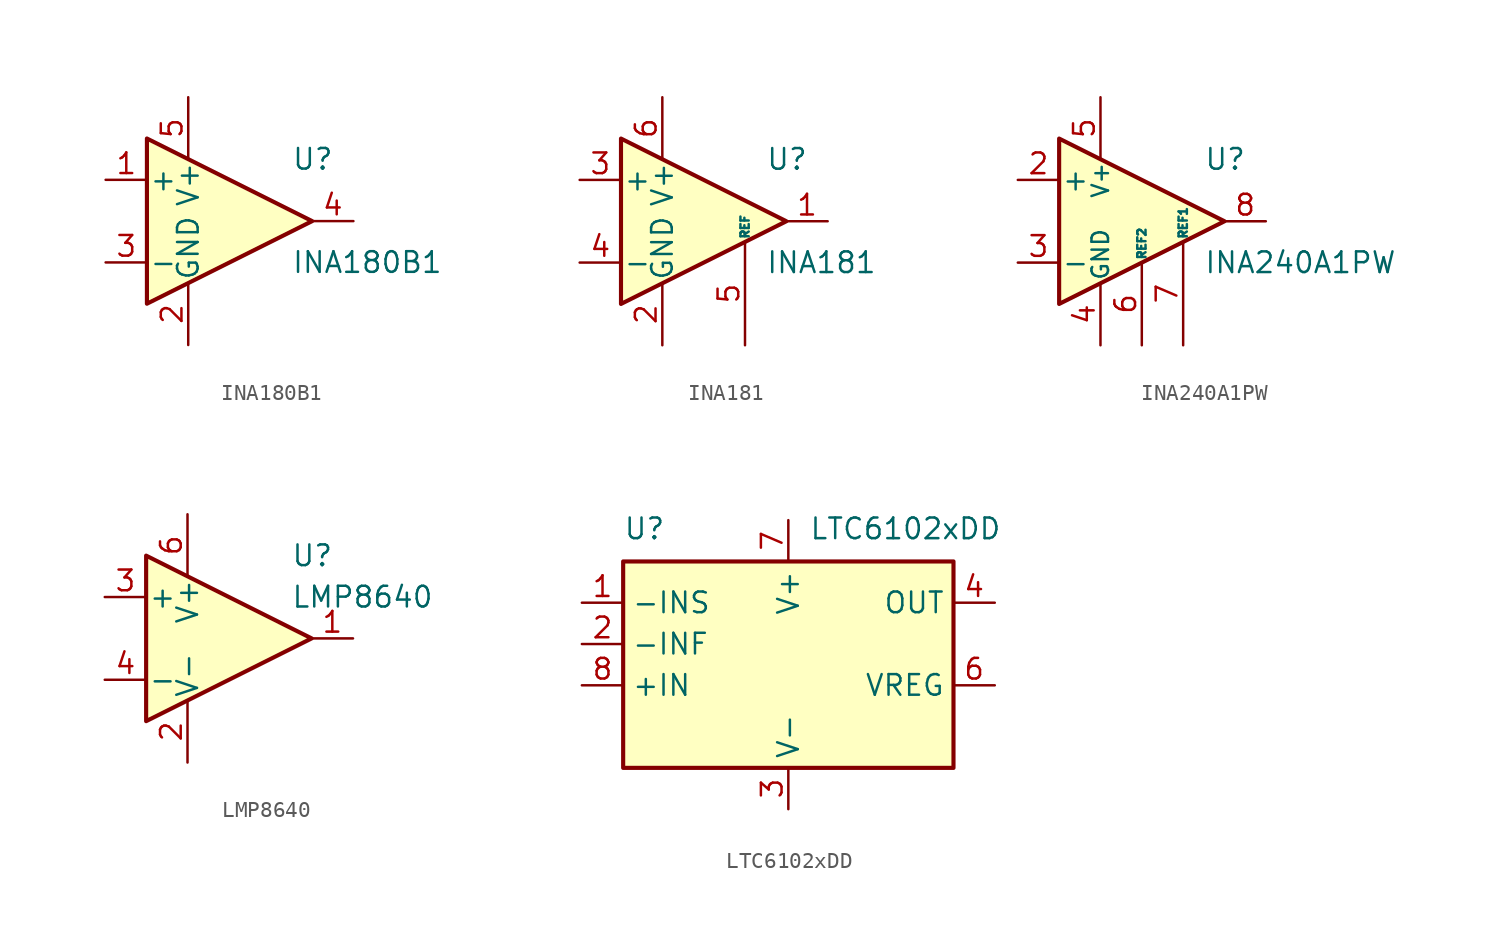
<source format=kicad_sym>
(kicad_symbol_lib
  (version 20231120)
  (generator "kicad_symbol_editor")
  (generator_version "8.0")
  (symbol "INA180B1"
    (pin_names
      (offset 0.127))
    (property "Reference" "U"
      (at 3.81 3.81 0)
      (effects (font (size 1.27 1.27)) (justify left)))
    (property "Value" "INA180B1"
      (at 3.81 -2.54 0)
      (effects (font (size 1.27 1.27)) (justify left)))
    (symbol "INA180B1_0_1"
      (polyline (pts (xy 5.08 0) (xy -5.08 5.08) (xy -5.08 -5.08) (xy 5.08 0)) (stroke (width 0.254) (type default)) (fill (type background))))
    (symbol "INA180B1_1_1"
      (pin input line (at -7.62 2.54 0) (length 2.54) (name "+" (effects (font (size 1.27 1.27)))) (number "1" (effects (font (size 1.27 1.27)))))
      (pin power_in line (at -2.54 -7.62 90) (length 3.81) (name "GND" (effects (font (size 1.27 1.27)))) (number "2" (effects (font (size 1.27 1.27)))))
      (pin input line (at -7.62 -2.54 0) (length 2.54) (name "-" (effects (font (size 1.27 1.27)))) (number "3" (effects (font (size 1.27 1.27)))))
      (pin output line (at 7.62 0 180) (length 2.54) (name "~" (effects (font (size 1.27 1.27)))) (number "4" (effects (font (size 1.27 1.27)))))
      (pin power_in line (at -2.54 7.62 270) (length 3.81) (name "V+" (effects (font (size 1.27 1.27)))) (number "5" (effects (font (size 1.27 1.27)))))))
  (symbol "INA181"
    (pin_names
      (offset 0.127))
    (property "Reference" "U"
      (at 3.81 3.81 0)
      (effects (font (size 1.27 1.27)) (justify left)))
    (property "Value" "INA181"
      (at 3.81 -2.54 0)
      (effects (font (size 1.27 1.27)) (justify left)))
    (symbol "INA181_0_1"
      (polyline (pts (xy 5.08 0) (xy -5.08 5.08) (xy -5.08 -5.08) (xy 5.08 0)) (stroke (width 0.254) (type default)) (fill (type background))))
    (symbol "INA181_1_1"
      (pin output line (at 7.62 0 180) (length 2.54) (name "~" (effects (font (size 1.27 1.27)))) (number "1" (effects (font (size 1.27 1.27)))))
      (pin power_in line (at -2.54 -7.62 90) (length 3.81) (name "GND" (effects (font (size 1.27 1.27)))) (number "2" (effects (font (size 1.27 1.27)))))
      (pin input line (at -7.62 2.54 0) (length 2.54) (name "+" (effects (font (size 1.27 1.27)))) (number "3" (effects (font (size 1.27 1.27)))))
      (pin input line (at -7.62 -2.54 0) (length 2.54) (name "-" (effects (font (size 1.27 1.27)))) (number "4" (effects (font (size 1.27 1.27)))))
      (pin input line (at 2.54 -7.62 90) (length 6.35) (name "REF" (effects (font (size 0.508 0.508)))) (number "5" (effects (font (size 1.27 1.27)))))
      (pin power_in line (at -2.54 7.62 270) (length 3.81) (name "V+" (effects (font (size 1.27 1.27)))) (number "6" (effects (font (size 1.27 1.27)))))))
  (symbol "INA240A1PW"
    (pin_names
      (offset 0.127))
    (property "Reference" "U"
      (at 3.81 3.81 0)
      (effects (font (size 1.27 1.27)) (justify left)))
    (property "Value" "INA240A1PW"
      (at 3.81 -2.54 0)
      (effects (font (size 1.27 1.27)) (justify left)))
    (symbol "INA240A1PW_0_1"
      (polyline (pts (xy 5.08 0) (xy -5.08 5.08) (xy -5.08 -5.08) (xy 5.08 0)) (stroke (width 0.254) (type default)) (fill (type background))))
    (symbol "INA240A1PW_1_1"
      (pin passive line (at -2.54 -7.62 90) (length 3.81) hide (name "GND" (effects (font (size 1.016 1.016)))) (number "1" (effects (font (size 1.27 1.27)))))
      (pin input line (at -7.62 2.54 0) (length 2.54) (name "+" (effects (font (size 1.27 1.27)))) (number "2" (effects (font (size 1.27 1.27)))))
      (pin input line (at -7.62 -2.54 0) (length 2.54) (name "-" (effects (font (size 1.27 1.27)))) (number "3" (effects (font (size 1.27 1.27)))))
      (pin power_in line (at -2.54 -7.62 90) (length 3.81) (name "GND" (effects (font (size 1.016 1.016)))) (number "4" (effects (font (size 1.27 1.27)))))
      (pin power_in line (at -2.54 7.62 270) (length 3.81) (name "V+" (effects (font (size 1.016 1.016)))) (number "5" (effects (font (size 1.27 1.27)))))
      (pin passive line (at 0 -7.62 90) (length 5.08) (name "REF2" (effects (font (size 0.508 0.508)))) (number "6" (effects (font (size 1.27 1.27)))))
      (pin passive line (at 2.54 -7.62 90) (length 6.35) (name "REF1" (effects (font (size 0.508 0.508)))) (number "7" (effects (font (size 1.27 1.27)))))
      (pin output line (at 7.62 0 180) (length 2.54) (name "~" (effects (font (size 1.27 1.27)))) (number "8" (effects (font (size 1.27 1.27)))))))
  (symbol "LMP8640"
    (pin_names
      (offset 0.127))
    (property "Reference" "U"
      (at 3.81 5.08 0)
      (effects (font (size 1.27 1.27)) (justify left)))
    (property "Value" "LMP8640"
      (at 3.81 2.54 0)
      (effects (font (size 1.27 1.27)) (justify left)))
    (symbol "LMP8640_0_1"
      (polyline (pts (xy -5.08 5.08) (xy 5.08 0) (xy -5.08 -5.08) (xy -5.08 5.08)) (stroke (width 0.254) (type default)) (fill (type background))))
    (symbol "LMP8640_1_1"
      (pin output line (at 7.62 0 180) (length 2.54) (name "~" (effects (font (size 1.27 1.27)))) (number "1" (effects (font (size 1.27 1.27)))))
      (pin power_in line (at -2.54 -7.62 90) (length 3.81) (name "V-" (effects (font (size 1.27 1.27)))) (number "2" (effects (font (size 1.27 1.27)))))
      (pin input line (at -7.62 2.54 0) (length 2.54) (name "+" (effects (font (size 1.27 1.27)))) (number "3" (effects (font (size 1.27 1.27)))))
      (pin input line (at -7.62 -2.54 0) (length 2.54) (name "-" (effects (font (size 1.27 1.27)))) (number "4" (effects (font (size 1.27 1.27)))))
      (pin power_in line (at -2.54 7.62 270) (length 3.81) (name "V+" (effects (font (size 1.27 1.27)))) (number "6" (effects (font (size 1.27 1.27)))))))
  (symbol "LTC6102xDD"
    (property "Reference" "U"
      (at -10.16 8.89 0)
      (effects (font (size 1.27 1.27)) (justify left bottom)))
    (property "Value" "LTC6102xDD"
      (at 1.27 8.89 0)
      (effects (font (size 1.27 1.27)) (justify left bottom)))
    (symbol "LTC6102xDD_0_1"
      (rectangle (start -10.16 7.62) (end 10.16 -5.08) (stroke (width 0.254) (type default)) (fill (type background))))
    (symbol "LTC6102xDD_1_1"
      (pin input line (at -12.7 5.08 0) (length 2.54) (name "-INS" (effects (font (size 1.27 1.27)))) (number "1" (effects (font (size 1.27 1.27)))))
      (pin input line (at -12.7 2.54 0) (length 2.54) (name "-INF" (effects (font (size 1.27 1.27)))) (number "2" (effects (font (size 1.27 1.27)))))
      (pin power_in line (at 0 -7.62 90) (length 2.54) (name "V-" (effects (font (size 1.27 1.27)))) (number "3" (effects (font (size 1.27 1.27)))))
      (pin output line (at 12.7 5.08 180) (length 2.54) (name "OUT" (effects (font (size 1.27 1.27)))) (number "4" (effects (font (size 1.27 1.27)))))
      (pin passive line (at 0 -7.62 90) (length 2.54) hide (name "V-" (effects (font (size 1.27 1.27)))) (number "5" (effects (font (size 1.27 1.27)))))
      (pin output line (at 12.7 0 180) (length 2.54) (name "VREG" (effects (font (size 1.27 1.27)))) (number "6" (effects (font (size 1.27 1.27)))))
      (pin power_in line (at 0 10.16 270) (length 2.54) (name "V+" (effects (font (size 1.27 1.27)))) (number "7" (effects (font (size 1.27 1.27)))))
      (pin input line (at -12.7 0 0) (length 2.54) (name "+IN" (effects (font (size 1.27 1.27)))) (number "8" (effects (font (size 1.27 1.27)))))
      (pin passive line (at 0 -7.62 90) (length 2.54) hide (name "V-" (effects (font (size 1.27 1.27)))) (number "9" (effects (font (size 1.27 1.27))))))))
</source>
